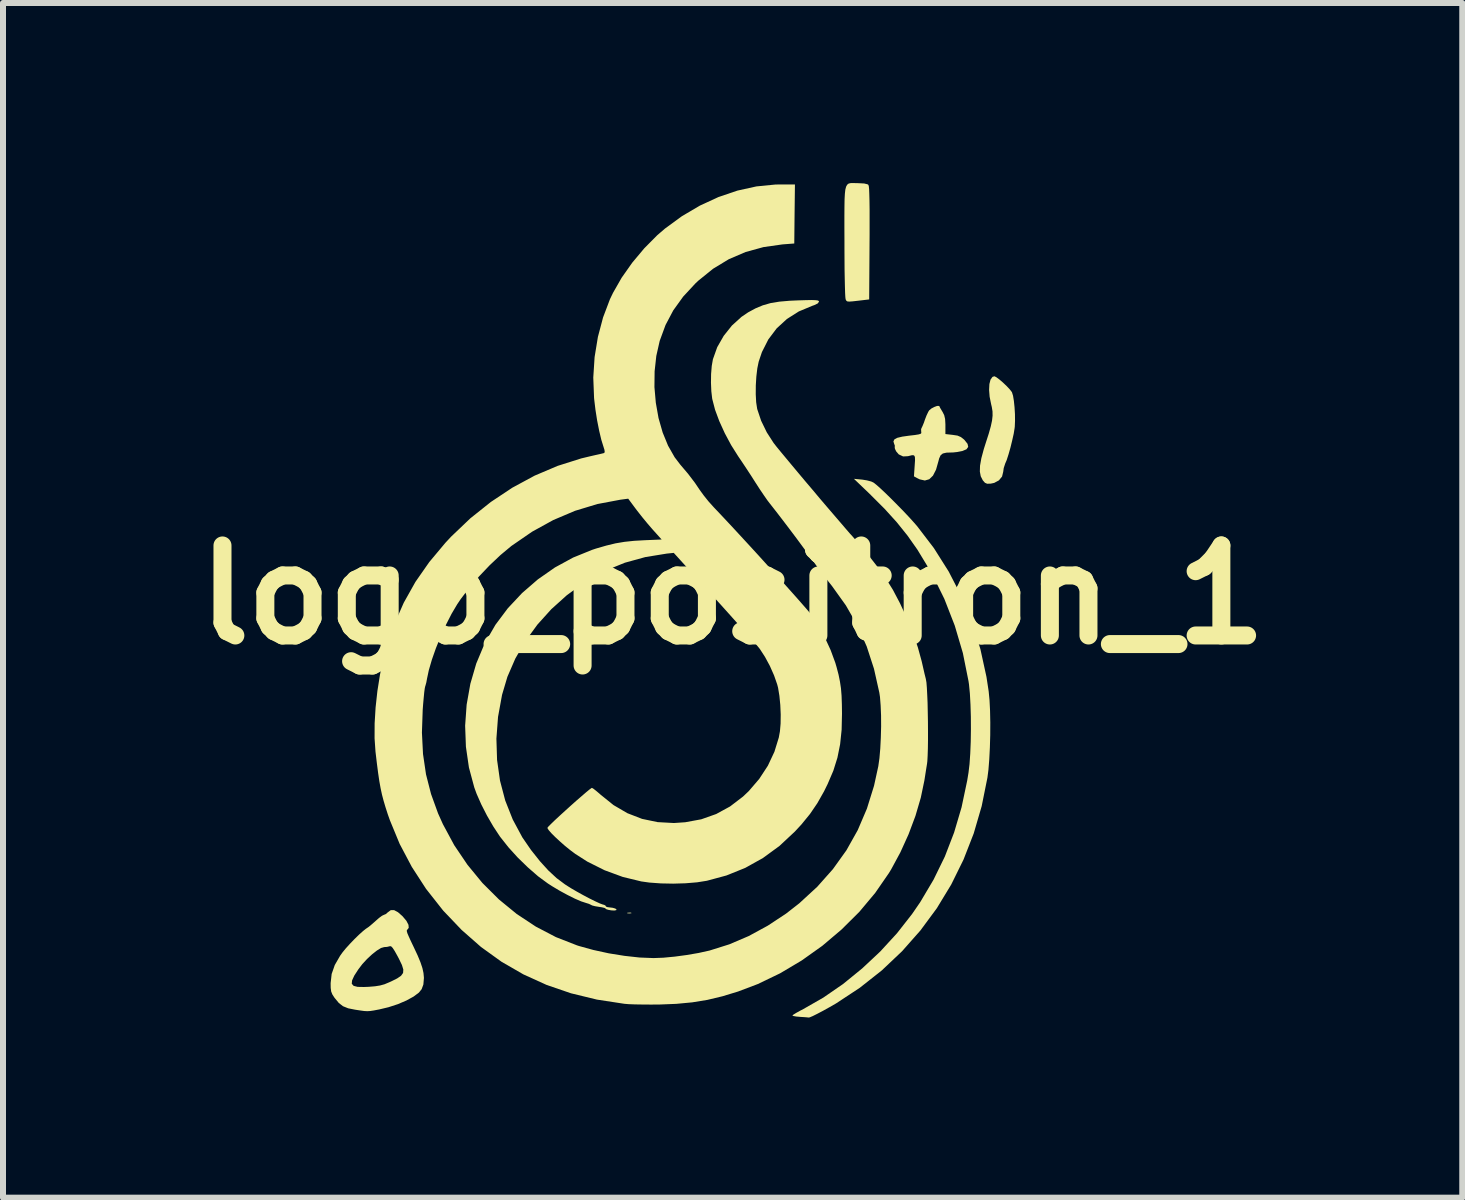
<source format=kicad_pcb>
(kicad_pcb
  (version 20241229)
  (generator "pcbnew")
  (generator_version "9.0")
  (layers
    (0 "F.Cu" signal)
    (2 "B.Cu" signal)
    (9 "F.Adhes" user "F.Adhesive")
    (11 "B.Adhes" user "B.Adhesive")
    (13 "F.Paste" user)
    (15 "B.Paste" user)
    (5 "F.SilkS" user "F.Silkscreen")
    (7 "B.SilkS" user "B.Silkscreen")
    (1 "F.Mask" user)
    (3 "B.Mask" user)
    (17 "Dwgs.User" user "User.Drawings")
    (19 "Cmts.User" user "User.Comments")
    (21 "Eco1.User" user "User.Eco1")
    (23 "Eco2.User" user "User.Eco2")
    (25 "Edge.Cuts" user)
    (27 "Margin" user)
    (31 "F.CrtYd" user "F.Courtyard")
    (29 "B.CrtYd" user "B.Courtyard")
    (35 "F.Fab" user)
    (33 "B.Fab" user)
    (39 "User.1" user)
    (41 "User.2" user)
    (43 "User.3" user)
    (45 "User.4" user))
  (footprint "logo_positron_1"
    (layer "F.Cu")
    (at 9.157 6.86)
    (property "Reference" "logo_positron_1" (at 0 0 0) (layer "F.SilkS") (effects (font (size 1.5 1.5) (thickness 0.3))))
    (attr board_only exclude_from_pos_files exclude_from_bom)
    (fp_poly (pts (xy -1.688 5.299) (xy -1.687 5.306) (xy -1.72 5.309) (xy -1.725 5.309) (xy -1.758 5.306) (xy -1.755 5.299) (xy -1.751 5.298) (xy -1.705 5.295)) (stroke (width 0) (type solid)) (fill yes) (layer "F.SilkS"))
    (fp_poly (pts (xy 2.048 -6.859) (xy 2.092 -6.858) (xy 2.191 -6.853) (xy 2.249 -6.839) (xy 2.262 -6.829) (xy 2.269 -6.807) (xy 2.274 -6.757) (xy 2.277 -6.677) (xy 2.28 -6.564) (xy 2.282 -6.416) (xy 2.282 -6.231) (xy 2.282 -6.007) (xy 2.281 -5.861) (xy 2.275 -4.921) (xy 2.088 -4.899) (xy 1.999 -4.889) (xy 1.943 -4.885) (xy 1.911 -4.888) (xy 1.894 -4.9) (xy 1.883 -4.922) (xy 1.882 -4.927) (xy 1.878 -4.958) (xy 1.874 -5.027) (xy 1.871 -5.129) (xy 1.868 -5.26) (xy 1.865 -5.414) (xy 1.864 -5.588) (xy 1.863 -5.776) (xy 1.863 -5.896) (xy 1.862 -6.123) (xy 1.862 -6.312) (xy 1.863 -6.466) (xy 1.865 -6.588) (xy 1.87 -6.682) (xy 1.878 -6.752) (xy 1.891 -6.801) (xy 1.909 -6.833) (xy 1.932 -6.851) (xy 1.963 -6.859) (xy 2.001 -6.86)) (stroke (width 0) (type solid)) (fill yes) (layer "F.SilkS"))
    (fp_poly (pts (xy 4.392 -3.626) (xy 4.442 -3.589) (xy 4.503 -3.537) (xy 4.564 -3.479) (xy 4.616 -3.424) (xy 4.651 -3.379) (xy 4.655 -3.371) (xy 4.672 -3.316) (xy 4.686 -3.23) (xy 4.697 -3.124) (xy 4.704 -3.01) (xy 4.705 -2.899) (xy 4.701 -2.801) (xy 4.698 -2.776) (xy 4.683 -2.683) (xy 4.658 -2.572) (xy 4.629 -2.453) (xy 4.597 -2.34) (xy 4.566 -2.244) (xy 4.538 -2.178) (xy 4.538 -2.176) (xy 4.517 -2.112) (xy 4.508 -2.048) (xy 4.489 -1.97) (xy 4.436 -1.906) (xy 4.358 -1.864) (xy 4.301 -1.852) (xy 4.241 -1.85) (xy 4.204 -1.866) (xy 4.168 -1.907) (xy 4.167 -1.909) (xy 4.134 -1.974) (xy 4.119 -2.053) (xy 4.122 -2.151) (xy 4.144 -2.275) (xy 4.185 -2.428) (xy 4.218 -2.532) (xy 4.267 -2.684) (xy 4.301 -2.805) (xy 4.322 -2.902) (xy 4.331 -2.983) (xy 4.33 -3.056) (xy 4.318 -3.129) (xy 4.307 -3.175) (xy 4.282 -3.299) (xy 4.273 -3.413) (xy 4.278 -3.511) (xy 4.297 -3.585) (xy 4.329 -3.63) (xy 4.361 -3.641)) (stroke (width 0) (type solid)) (fill yes) (layer "F.SilkS"))
    (fp_poly (pts (xy 3.444 -3.142) (xy 3.458 -3.113) (xy 3.487 -3.064) (xy 3.497 -3.048) (xy 3.525 -2.993) (xy 3.54 -2.929) (xy 3.545 -2.841) (xy 3.545 -2.826) (xy 3.545 -2.678) (xy 3.668 -2.664) (xy 3.747 -2.652) (xy 3.803 -2.628) (xy 3.855 -2.587) (xy 3.863 -2.579) (xy 3.914 -2.515) (xy 3.925 -2.464) (xy 3.896 -2.424) (xy 3.826 -2.395) (xy 3.82 -2.394) (xy 3.743 -2.379) (xy 3.67 -2.371) (xy 3.655 -2.371) (xy 3.562 -2.368) (xy 3.502 -2.354) (xy 3.465 -2.324) (xy 3.441 -2.272) (xy 3.429 -2.226) (xy 3.389 -2.085) (xy 3.338 -1.985) (xy 3.276 -1.925) (xy 3.203 -1.904) (xy 3.117 -1.923) (xy 3.082 -1.94) (xy 3.021 -1.973) (xy 3.033 -2.151) (xy 3.039 -2.242) (xy 3.037 -2.297) (xy 3.022 -2.323) (xy 2.99 -2.326) (xy 2.937 -2.313) (xy 2.921 -2.309) (xy 2.84 -2.305) (xy 2.768 -2.339) (xy 2.725 -2.389) (xy 2.704 -2.433) (xy 2.7 -2.46) (xy 2.701 -2.461) (xy 2.702 -2.487) (xy 2.692 -2.512) (xy 2.679 -2.555) (xy 2.695 -2.589) (xy 2.743 -2.615) (xy 2.827 -2.635) (xy 2.941 -2.651) (xy 3.037 -2.662) (xy 3.099 -2.672) (xy 3.132 -2.682) (xy 3.144 -2.695) (xy 3.142 -2.714) (xy 3.142 -2.714) (xy 3.14 -2.759) (xy 3.148 -2.779) (xy 3.164 -2.812) (xy 3.188 -2.871) (xy 3.205 -2.921) (xy 3.232 -2.991) (xy 3.26 -3.049) (xy 3.275 -3.073) (xy 3.312 -3.104) (xy 3.362 -3.13) (xy 3.408 -3.147) (xy 3.439 -3.147)) (stroke (width 0) (type solid)) (fill yes) (layer "F.SilkS"))
    (fp_poly (pts (xy 2.158 -1.919) (xy 2.238 -1.906) (xy 2.31 -1.887) (xy 2.348 -1.869) (xy 2.394 -1.833) (xy 2.463 -1.772) (xy 2.549 -1.691) (xy 2.645 -1.597) (xy 2.747 -1.494) (xy 2.849 -1.39) (xy 2.944 -1.289) (xy 3.026 -1.198) (xy 3.074 -1.143) (xy 3.353 -0.778) (xy 3.6 -0.387) (xy 3.812 0.025) (xy 3.988 0.457) (xy 4.128 0.905) (xy 4.229 1.367) (xy 4.266 1.609) (xy 4.28 1.754) (xy 4.289 1.931) (xy 4.293 2.129) (xy 4.292 2.337) (xy 4.286 2.544) (xy 4.276 2.741) (xy 4.262 2.917) (xy 4.245 3.048) (xy 4.15 3.52) (xy 4.017 3.976) (xy 3.847 4.412) (xy 3.642 4.828) (xy 3.402 5.223) (xy 3.128 5.594) (xy 2.823 5.939) (xy 2.486 6.258) (xy 2.119 6.548) (xy 1.723 6.809) (xy 1.615 6.871) (xy 1.507 6.931) (xy 1.412 6.981) (xy 1.336 7.019) (xy 1.284 7.041) (xy 1.262 7.044) (xy 1.241 7.041) (xy 1.19 7.037) (xy 1.127 7.033) (xy 1.059 7.027) (xy 1.011 7.018) (xy 0.995 7.01) (xy 1.013 6.995) (xy 1.06 6.966) (xy 1.129 6.928) (xy 1.179 6.902) (xy 1.511 6.712) (xy 1.84 6.485) (xy 2.158 6.226) (xy 2.46 5.943) (xy 2.739 5.639) (xy 2.989 5.32) (xy 3.125 5.122) (xy 3.348 4.746) (xy 3.536 4.361) (xy 3.69 3.961) (xy 3.814 3.542) (xy 3.908 3.097) (xy 3.93 2.963) (xy 3.947 2.821) (xy 3.959 2.646) (xy 3.967 2.45) (xy 3.97 2.242) (xy 3.969 2.032) (xy 3.963 1.831) (xy 3.953 1.647) (xy 3.938 1.492) (xy 3.93 1.439) (xy 3.836 0.971) (xy 3.701 0.514) (xy 3.528 0.07) (xy 3.318 -0.357) (xy 3.079 -0.751) (xy 2.915 -0.984) (xy 2.736 -1.207) (xy 2.535 -1.429) (xy 2.303 -1.661) (xy 2.303 -1.662) (xy 2.021 -1.932)) (stroke (width 0) (type solid)) (fill yes) (layer "F.SilkS"))
    (fp_poly (pts (xy -5.576 5.289) (xy -5.501 5.355) (xy -5.436 5.432) (xy -5.401 5.499) (xy -5.397 5.55) (xy -5.418 5.577) (xy -5.428 5.587) (xy -5.429 5.605) (xy -5.42 5.638) (xy -5.398 5.69) (xy -5.362 5.769) (xy -5.317 5.863) (xy -5.249 6.008) (xy -5.201 6.124) (xy -5.169 6.22) (xy -5.151 6.302) (xy -5.144 6.378) (xy -5.144 6.388) (xy -5.153 6.494) (xy -5.182 6.572) (xy -5.227 6.628) (xy -5.315 6.694) (xy -5.435 6.76) (xy -5.578 6.821) (xy -5.734 6.872) (xy -5.893 6.91) (xy -5.895 6.91) (xy -5.978 6.926) (xy -6.038 6.935) (xy -6.088 6.938) (xy -6.141 6.935) (xy -6.213 6.925) (xy -6.291 6.913) (xy -6.406 6.89) (xy -6.493 6.855) (xy -6.562 6.801) (xy -6.629 6.72) (xy -6.636 6.711) (xy -6.67 6.658) (xy -6.689 6.61) (xy -6.697 6.55) (xy -6.698 6.481) (xy -6.346 6.481) (xy -6.315 6.516) (xy -6.249 6.533) (xy -6.144 6.535) (xy -6.064 6.532) (xy -5.957 6.523) (xy -5.875 6.51) (xy -5.802 6.49) (xy -5.723 6.457) (xy -5.687 6.441) (xy -5.589 6.392) (xy -5.525 6.348) (xy -5.491 6.301) (xy -5.487 6.244) (xy -5.51 6.169) (xy -5.558 6.069) (xy -5.581 6.025) (xy -5.63 5.937) (xy -5.665 5.883) (xy -5.691 5.857) (xy -5.712 5.855) (xy -5.713 5.856) (xy -5.759 5.867) (xy -5.805 5.87) (xy -5.858 5.885) (xy -5.928 5.928) (xy -6.008 5.991) (xy -6.092 6.069) (xy -6.171 6.155) (xy -6.237 6.242) (xy -6.305 6.347) (xy -6.341 6.426) (xy -6.346 6.481) (xy -6.698 6.481) (xy -6.698 6.47) (xy -6.681 6.318) (xy -6.629 6.169) (xy -6.541 6.016) (xy -6.499 5.957) (xy -6.445 5.891) (xy -6.376 5.815) (xy -6.3 5.736) (xy -6.224 5.662) (xy -6.157 5.602) (xy -6.108 5.563) (xy -6.098 5.557) (xy -6.062 5.532) (xy -6.008 5.487) (xy -5.949 5.435) (xy -5.891 5.384) (xy -5.842 5.348) (xy -5.813 5.334) (xy -5.813 5.334) (xy -5.779 5.32) (xy -5.747 5.292) (xy -5.697 5.255) (xy -5.641 5.254)) (stroke (width 0) (type solid)) (fill yes) (layer "F.SilkS"))
    (fp_poly (pts (xy 1.032 -6.345) (xy 1.027 -5.853) (xy 0.831 -5.838) (xy 0.514 -5.793) (xy 0.216 -5.711) (xy -0.064 -5.591) (xy -0.326 -5.432) (xy -0.571 -5.234) (xy -0.621 -5.187) (xy -0.824 -4.968) (xy -0.989 -4.739) (xy -1.118 -4.495) (xy -1.215 -4.231) (xy -1.217 -4.223) (xy -1.272 -3.979) (xy -1.3 -3.723) (xy -1.303 -3.46) (xy -1.28 -3.199) (xy -1.235 -2.945) (xy -1.166 -2.704) (xy -1.076 -2.484) (xy -0.966 -2.291) (xy -0.872 -2.168) (xy -0.742 -2.015) (xy -0.628 -1.865) (xy -0.549 -1.748) (xy -0.483 -1.657) (xy -0.403 -1.557) (xy -0.324 -1.469) (xy -0.316 -1.46) (xy -0.223 -1.362) (xy -0.112 -1.244) (xy 0.012 -1.111) (xy 0.145 -0.967) (xy 0.286 -0.814) (xy 0.429 -0.658) (xy 0.572 -0.5) (xy 0.712 -0.346) (xy 0.845 -0.2) (xy 0.967 -0.063) (xy 1.075 0.058) (xy 1.166 0.162) (xy 1.237 0.243) (xy 1.284 0.299) (xy 1.296 0.314) (xy 1.418 0.497) (xy 1.533 0.705) (xy 1.633 0.922) (xy 1.711 1.134) (xy 1.732 1.206) (xy 1.765 1.332) (xy 1.788 1.446) (xy 1.805 1.559) (xy 1.815 1.682) (xy 1.82 1.827) (xy 1.822 1.979) (xy 1.816 2.249) (xy 1.791 2.49) (xy 1.746 2.714) (xy 1.678 2.931) (xy 1.583 3.153) (xy 1.523 3.275) (xy 1.411 3.473) (xy 1.289 3.652) (xy 1.148 3.825) (xy 1.037 3.945) (xy 0.78 4.185) (xy 0.505 4.386) (xy 0.211 4.55) (xy -0.103 4.677) (xy -0.429 4.765) (xy -0.593 4.791) (xy -0.785 4.807) (xy -0.99 4.813) (xy -1.196 4.809) (xy -1.388 4.795) (xy -1.523 4.776) (xy -1.831 4.701) (xy -2.133 4.59) (xy -2.419 4.447) (xy -2.621 4.318) (xy -2.704 4.256) (xy -2.792 4.185) (xy -2.877 4.11) (xy -2.956 4.037) (xy -3.021 3.972) (xy -3.066 3.92) (xy -3.086 3.887) (xy -3.086 3.883) (xy -3.069 3.861) (xy -3.025 3.817) (xy -2.961 3.755) (xy -2.881 3.681) (xy -2.791 3.599) (xy -2.697 3.514) (xy -2.604 3.431) (xy -2.517 3.356) (xy -2.443 3.292) (xy -2.386 3.245) (xy -2.351 3.22) (xy -2.345 3.217) (xy -2.32 3.231) (xy -2.274 3.267) (xy -2.215 3.317) (xy -2.202 3.329) (xy -1.985 3.504) (xy -1.754 3.639) (xy -1.509 3.734) (xy -1.25 3.788) (xy -0.978 3.803) (xy -0.79 3.79) (xy -0.523 3.741) (xy -0.274 3.653) (xy -0.043 3.527) (xy 0.173 3.362) (xy 0.269 3.271) (xy 0.443 3.068) (xy 0.587 2.848) (xy 0.696 2.616) (xy 0.769 2.379) (xy 0.788 2.275) (xy 0.799 2.147) (xy 0.801 1.995) (xy 0.794 1.836) (xy 0.779 1.683) (xy 0.757 1.549) (xy 0.742 1.492) (xy 0.69 1.343) (xy 0.62 1.185) (xy 0.539 1.035) (xy 0.456 0.907) (xy 0.44 0.886) (xy 0.407 0.846) (xy 0.349 0.779) (xy 0.269 0.688) (xy 0.171 0.577) (xy 0.057 0.45) (xy -0.068 0.31) (xy -0.202 0.161) (xy -0.316 0.036) (xy -0.981 -0.698) (xy -1.099 -0.686) (xy -1.455 -0.628) (xy -1.796 -0.534) (xy -2.116 -0.404) (xy -2.175 -0.375) (xy -2.479 -0.199) (xy -2.762 0.007) (xy -3.021 0.24) (xy -3.252 0.496) (xy -3.453 0.772) (xy -3.621 1.063) (xy -3.753 1.367) (xy -3.842 1.667) (xy -3.909 2.035) (xy -3.936 2.397) (xy -3.925 2.752) (xy -3.876 3.097) (xy -3.789 3.428) (xy -3.664 3.744) (xy -3.504 4.042) (xy -3.361 4.25) (xy -3.211 4.439) (xy -3.07 4.594) (xy -2.933 4.721) (xy -2.794 4.825) (xy -2.783 4.832) (xy -2.697 4.887) (xy -2.597 4.945) (xy -2.491 5.004) (xy -2.387 5.059) (xy -2.292 5.106) (xy -2.214 5.142) (xy -2.16 5.162) (xy -2.145 5.165) (xy -2.119 5.177) (xy -2.117 5.186) (xy -2.098 5.202) (xy -2.058 5.208) (xy -2 5.215) (xy -1.955 5.228) (xy -1.934 5.244) (xy -1.94 5.255) (xy -1.972 5.261) (xy -2.023 5.258) (xy -2.074 5.249) (xy -2.11 5.237) (xy -2.117 5.228) (xy -2.136 5.217) (xy -2.184 5.206) (xy -2.225 5.2) (xy -2.292 5.189) (xy -2.342 5.176) (xy -2.357 5.168) (xy -2.394 5.15) (xy -2.445 5.134) (xy -2.525 5.108) (xy -2.631 5.062) (xy -2.753 5.001) (xy -2.882 4.931) (xy -3.009 4.855) (xy -3.079 4.81) (xy -3.241 4.691) (xy -3.411 4.543) (xy -3.58 4.379) (xy -3.735 4.208) (xy -3.868 4.04) (xy -3.88 4.024) (xy -3.988 3.86) (xy -4.093 3.679) (xy -4.188 3.493) (xy -4.266 3.316) (xy -4.305 3.209) (xy -4.394 2.877) (xy -4.444 2.533) (xy -4.457 2.182) (xy -4.432 1.831) (xy -4.37 1.483) (xy -4.272 1.146) (xy -4.137 0.824) (xy -4.122 0.794) (xy -3.952 0.5) (xy -3.746 0.225) (xy -3.509 -0.028) (xy -3.246 -0.256) (xy -2.961 -0.455) (xy -2.658 -0.62) (xy -2.343 -0.748) (xy -2.277 -0.77) (xy -2.104 -0.82) (xy -1.951 -0.857) (xy -1.802 -0.882) (xy -1.642 -0.899) (xy -1.465 -0.909) (xy -1.183 -0.921) (xy -1.335 -1.09) (xy -1.417 -1.185) (xy -1.506 -1.293) (xy -1.587 -1.396) (xy -1.613 -1.43) (xy -1.74 -1.601) (xy -1.87 -1.584) (xy -2.253 -1.512) (xy -2.626 -1.399) (xy -2.989 -1.245) (xy -3.341 -1.051) (xy -3.684 -0.815) (xy -3.694 -0.807) (xy -3.868 -0.662) (xy -4.049 -0.491) (xy -4.227 -0.304) (xy -4.391 -0.112) (xy -4.533 0.075) (xy -4.589 0.158) (xy -4.683 0.317) (xy -4.776 0.499) (xy -4.864 0.693) (xy -4.944 0.89) (xy -5.011 1.081) (xy -5.062 1.256) (xy -5.092 1.397) (xy -5.104 1.462) (xy -5.118 1.513) (xy -5.122 1.524) (xy -5.129 1.555) (xy -5.138 1.62) (xy -5.147 1.713) (xy -5.157 1.824) (xy -5.164 1.916) (xy -5.177 2.296) (xy -5.159 2.653) (xy -5.109 2.992) (xy -5.025 3.32) (xy -4.908 3.643) (xy -4.828 3.821) (xy -4.639 4.172) (xy -4.418 4.499) (xy -4.169 4.802) (xy -3.894 5.076) (xy -3.597 5.319) (xy -3.279 5.529) (xy -2.944 5.704) (xy -2.594 5.841) (xy -2.56 5.852) (xy -2.321 5.918) (xy -2.064 5.974) (xy -1.803 6.016) (xy -1.55 6.044) (xy -1.321 6.053) (xy -1.316 6.053) (xy -1.154 6.047) (xy -0.965 6.029) (xy -0.764 6.002) (xy -0.567 5.968) (xy -0.386 5.928) (xy -0.376 5.925) (xy -0.055 5.824) (xy 0.268 5.686) (xy 0.586 5.513) (xy 0.892 5.311) (xy 1.111 5.14) (xy 1.41 4.865) (xy 1.671 4.571) (xy 1.896 4.257) (xy 2.084 3.922) (xy 2.237 3.564) (xy 2.356 3.182) (xy 2.427 2.857) (xy 2.446 2.722) (xy 2.46 2.56) (xy 2.469 2.38) (xy 2.474 2.194) (xy 2.473 2.012) (xy 2.466 1.845) (xy 2.455 1.702) (xy 2.444 1.63) (xy 2.355 1.233) (xy 2.234 0.861) (xy 2.078 0.51) (xy 1.886 0.176) (xy 1.656 -0.145) (xy 1.628 -0.18) (xy 1.558 -0.269) (xy 1.476 -0.377) (xy 1.392 -0.49) (xy 1.334 -0.572) (xy 1.26 -0.675) (xy 1.167 -0.801) (xy 1.063 -0.942) (xy 0.954 -1.087) (xy 0.846 -1.229) (xy 0.747 -1.358) (xy 0.662 -1.467) (xy 0.624 -1.515) (xy 0.578 -1.575) (xy 0.519 -1.66) (xy 0.452 -1.759) (xy 0.387 -1.86) (xy 0.384 -1.864) (xy 0.311 -1.979) (xy 0.229 -2.104) (xy 0.15 -2.223) (xy 0.093 -2.307) (xy -0.025 -2.494) (xy -0.131 -2.692) (xy -0.222 -2.892) (xy -0.293 -3.083) (xy -0.338 -3.256) (xy -0.341 -3.27) (xy -0.355 -3.391) (xy -0.361 -3.532) (xy -0.359 -3.678) (xy -0.348 -3.813) (xy -0.329 -3.922) (xy -0.328 -3.926) (xy -0.257 -4.125) (xy -0.149 -4.314) (xy -0.012 -4.486) (xy 0.148 -4.631) (xy 0.257 -4.705) (xy 0.381 -4.772) (xy 0.503 -4.823) (xy 0.632 -4.86) (xy 0.778 -4.884) (xy 0.95 -4.899) (xy 1.085 -4.905) (xy 1.216 -4.909) (xy 1.311 -4.911) (xy 1.375 -4.909) (xy 1.413 -4.905) (xy 1.433 -4.897) (xy 1.439 -4.886) (xy 1.439 -4.884) (xy 1.419 -4.855) (xy 1.36 -4.826) (xy 1.328 -4.815) (xy 1.103 -4.721) (xy 0.904 -4.595) (xy 0.734 -4.439) (xy 0.595 -4.255) (xy 0.488 -4.044) (xy 0.434 -3.884) (xy 0.411 -3.772) (xy 0.395 -3.636) (xy 0.386 -3.488) (xy 0.385 -3.341) (xy 0.392 -3.208) (xy 0.408 -3.102) (xy 0.411 -3.09) (xy 0.475 -2.899) (xy 0.569 -2.706) (xy 0.683 -2.529) (xy 0.691 -2.519) (xy 0.73 -2.469) (xy 0.793 -2.392) (xy 0.876 -2.292) (xy 0.975 -2.173) (xy 1.086 -2.04) (xy 1.205 -1.898) (xy 1.33 -1.751) (xy 1.454 -1.603) (xy 1.576 -1.46) (xy 1.691 -1.326) (xy 1.795 -1.205) (xy 1.884 -1.101) (xy 1.954 -1.02) (xy 1.996 -0.974) (xy 2.131 -0.82) (xy 2.27 -0.65) (xy 2.405 -0.477) (xy 2.522 -0.316) (xy 2.549 -0.277) (xy 2.67 -0.083) (xy 2.788 0.141) (xy 2.901 0.384) (xy 3.002 0.632) (xy 3.086 0.876) (xy 3.148 1.101) (xy 3.155 1.131) (xy 3.177 1.227) (xy 3.198 1.319) (xy 3.216 1.39) (xy 3.22 1.408) (xy 3.229 1.46) (xy 3.236 1.548) (xy 3.242 1.663) (xy 3.248 1.801) (xy 3.251 1.952) (xy 3.254 2.112) (xy 3.255 2.271) (xy 3.255 2.424) (xy 3.253 2.563) (xy 3.249 2.682) (xy 3.244 2.773) (xy 3.239 2.815) (xy 3.223 2.914) (xy 3.207 3.016) (xy 3.195 3.093) (xy 3.135 3.381) (xy 3.046 3.684) (xy 2.931 3.991) (xy 2.795 4.291) (xy 2.642 4.574) (xy 2.603 4.638) (xy 2.375 4.968) (xy 2.111 5.283) (xy 1.815 5.577) (xy 1.494 5.849) (xy 1.151 6.093) (xy 0.791 6.307) (xy 0.419 6.486) (xy 0.092 6.61) (xy -0.171 6.69) (xy -0.422 6.75) (xy -0.674 6.791) (xy -0.94 6.816) (xy -1.217 6.827) (xy -1.36 6.828) (xy -1.5 6.827) (xy -1.628 6.825) (xy -1.733 6.821) (xy -1.804 6.815) (xy -2.261 6.745) (xy -2.693 6.64) (xy -3.101 6.5) (xy -3.486 6.325) (xy -3.85 6.115) (xy -4.193 5.868) (xy -4.516 5.584) (xy -4.821 5.264) (xy -4.838 5.243) (xy -5.109 4.899) (xy -5.346 4.533) (xy -5.548 4.151) (xy -5.711 3.756) (xy -5.745 3.66) (xy -5.784 3.539) (xy -5.816 3.431) (xy -5.843 3.328) (xy -5.866 3.221) (xy -5.887 3.104) (xy -5.907 2.968) (xy -5.928 2.805) (xy -5.951 2.61) (xy -5.966 2.391) (xy -5.965 2.143) (xy -5.949 1.878) (xy -5.919 1.604) (xy -5.876 1.332) (xy -5.822 1.073) (xy -5.776 0.9) (xy -5.643 0.503) (xy -5.48 0.133) (xy -5.285 -0.215) (xy -5.054 -0.546) (xy -4.786 -0.866) (xy -4.69 -0.969) (xy -4.37 -1.274) (xy -4.029 -1.546) (xy -3.671 -1.784) (xy -3.299 -1.985) (xy -2.915 -2.148) (xy -2.523 -2.272) (xy -2.381 -2.306) (xy -2.29 -2.327) (xy -2.213 -2.344) (xy -2.16 -2.357) (xy -2.144 -2.361) (xy -2.131 -2.376) (xy -2.136 -2.415) (xy -2.15 -2.46) (xy -2.188 -2.582) (xy -2.224 -2.734) (xy -2.258 -2.906) (xy -2.286 -3.085) (xy -2.307 -3.26) (xy -2.309 -3.283) (xy -2.322 -3.619) (xy -2.3 -3.96) (xy -2.245 -4.296) (xy -2.159 -4.621) (xy -2.044 -4.925) (xy -1.993 -5.031) (xy -1.849 -5.283) (xy -1.673 -5.533) (xy -1.473 -5.772) (xy -1.258 -5.989) (xy -1.128 -6.101) (xy -0.845 -6.308) (xy -0.546 -6.484) (xy -0.236 -6.627) (xy 0.079 -6.734) (xy 0.396 -6.804) (xy 0.709 -6.835) (xy 0.789 -6.837) (xy 1.038 -6.837)) (stroke (width 0) (type solid)) (fill yes) (layer "F.SilkS")))
  (gr_rect
    (start -3 -3)
    (end 21.314 16.905)
    (stroke (width 0.1) (type default))
    (fill no)
    (layer "Edge.Cuts")))
</source>
